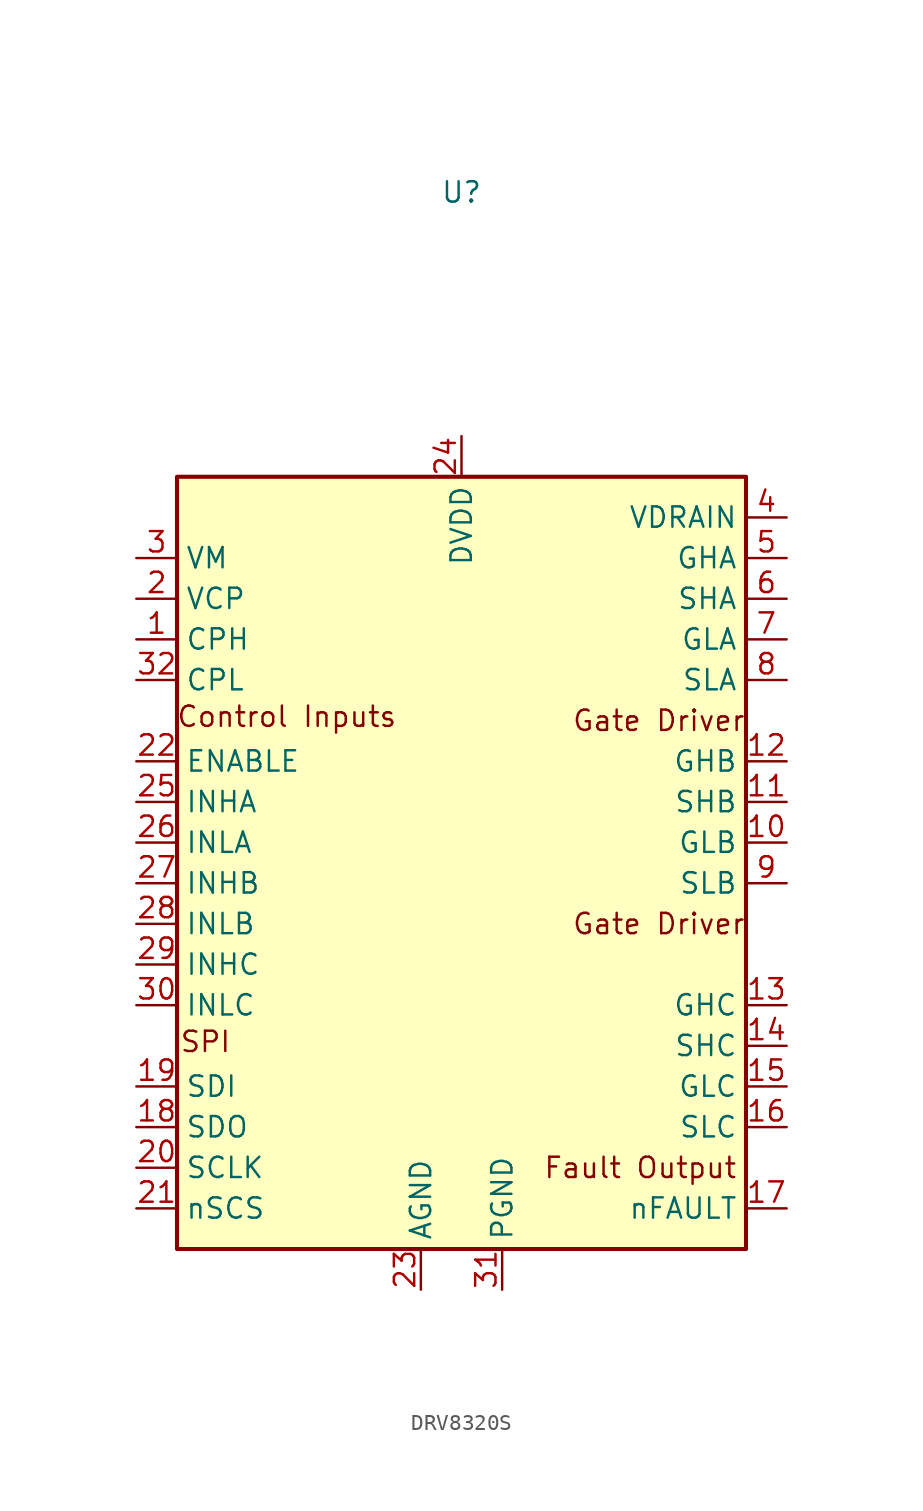
<source format=kicad_sym>
(kicad_symbol_lib
  (version 20231120)
  (generator "kicad_symbol_editor")
  (generator_version "8.0")
  (symbol "DRV8320S"
    (property "Reference" "U"
      (at 0 43.18 0)
      (effects (font (size 1.27 1.27))))
    (property "Value" ""
      (at -20.32 -20.32 0)
      (effects (font (size 1.27 1.27))))
    (symbol "DRV8320S_0_1"
      (rectangle (start -17.78 25.4) (end 17.78 -22.86) (stroke (width 0.254) (type default)) (fill (type background))))
    (symbol "DRV8320S_1_0"
      (text "Control Inputs\n" (at -10.922 10.414 0) (effects (font (size 1.27 1.27))))
      (text "Fault Output\n" (at 11.176 -17.78 0) (effects (font (size 1.27 1.27))))
      (text "Gate Driver" (at 17.78 10.16 0) (effects (font (size 1.27 1.27)) (justify right)))
      (text "Gate Driver\n" (at 17.78 -2.54 0) (effects (font (size 1.27 1.27)) (justify right)))
      (text "SPI\n" (at -16.002 -9.906 0) (effects (font (size 1.27 1.27)))))
    (symbol "DRV8320S_1_1"
      (pin passive line (at -20.32 15.24 0) (length 2.54) (name "CPH" (effects (font (size 1.27 1.27)))) (number "1" (effects (font (size 1.27 1.27)))))
      (pin output line (at 20.32 2.54 180) (length 2.54) (name "GLB" (effects (font (size 1.27 1.27)))) (number "10" (effects (font (size 1.27 1.27)))))
      (pin output line (at 20.32 5.08 180) (length 2.54) (name "SHB" (effects (font (size 1.27 1.27)))) (number "11" (effects (font (size 1.27 1.27)))))
      (pin output line (at 20.32 7.62 180) (length 2.54) (name "GHB" (effects (font (size 1.27 1.27)))) (number "12" (effects (font (size 1.27 1.27)))))
      (pin output line (at 20.32 -7.62 180) (length 2.54) (name "GHC" (effects (font (size 1.27 1.27)))) (number "13" (effects (font (size 1.27 1.27)))))
      (pin output line (at 20.32 -10.16 180) (length 2.54) (name "SHC" (effects (font (size 1.27 1.27)))) (number "14" (effects (font (size 1.27 1.27)))))
      (pin output line (at 20.32 -12.7 180) (length 2.54) (name "GLC" (effects (font (size 1.27 1.27)))) (number "15" (effects (font (size 1.27 1.27)))))
      (pin passive line (at 20.32 -15.24 180) (length 2.54) (name "SLC" (effects (font (size 1.27 1.27)))) (number "16" (effects (font (size 1.27 1.27)))))
      (pin output line (at 20.32 -20.32 180) (length 2.54) (name "nFAULT" (effects (font (size 1.27 1.27)))) (number "17" (effects (font (size 1.27 1.27)))))
      (pin output line (at -20.32 -15.24 0) (length 2.54) (name "SDO" (effects (font (size 1.27 1.27)))) (number "18" (effects (font (size 1.27 1.27)))))
      (pin input line (at -20.32 -12.7 0) (length 2.54) (name "SDI" (effects (font (size 1.27 1.27)))) (number "19" (effects (font (size 1.27 1.27)))))
      (pin passive line (at -20.32 17.78 0) (length 2.54) (name "VCP" (effects (font (size 1.27 1.27)))) (number "2" (effects (font (size 1.27 1.27)))))
      (pin input line (at -20.32 -17.78 0) (length 2.54) (name "SCLK" (effects (font (size 1.27 1.27)))) (number "20" (effects (font (size 1.27 1.27)))))
      (pin input line (at -20.32 -20.32 0) (length 2.54) (name "nSCS" (effects (font (size 1.27 1.27)))) (number "21" (effects (font (size 1.27 1.27)))))
      (pin input line (at -20.32 7.62 0) (length 2.54) (name "ENABLE" (effects (font (size 1.27 1.27)))) (number "22" (effects (font (size 1.27 1.27)))))
      (pin power_in line (at -2.54 -25.4 90) (length 2.54) (name "AGND" (effects (font (size 1.27 1.27)))) (number "23" (effects (font (size 1.27 1.27)))))
      (pin power_out line (at 0 27.94 270) (length 2.54) (name "DVDD" (effects (font (size 1.27 1.27)))) (number "24" (effects (font (size 1.27 1.27)))))
      (pin input line (at -20.32 5.08 0) (length 2.54) (name "INHA" (effects (font (size 1.27 1.27)))) (number "25" (effects (font (size 1.27 1.27)))))
      (pin input line (at -20.32 2.54 0) (length 2.54) (name "INLA" (effects (font (size 1.27 1.27)))) (number "26" (effects (font (size 1.27 1.27)))))
      (pin input line (at -20.32 0 0) (length 2.54) (name "INHB" (effects (font (size 1.27 1.27)))) (number "27" (effects (font (size 1.27 1.27)))))
      (pin input line (at -20.32 -2.54 0) (length 2.54) (name "INLB" (effects (font (size 1.27 1.27)))) (number "28" (effects (font (size 1.27 1.27)))))
      (pin input line (at -20.32 -5.08 0) (length 2.54) (name "INHC" (effects (font (size 1.27 1.27)))) (number "29" (effects (font (size 1.27 1.27)))))
      (pin power_in line (at -20.32 20.32 0) (length 2.54) (name "VM" (effects (font (size 1.27 1.27)))) (number "3" (effects (font (size 1.27 1.27)))))
      (pin input line (at -20.32 -7.62 0) (length 2.54) (name "INLC" (effects (font (size 1.27 1.27)))) (number "30" (effects (font (size 1.27 1.27)))))
      (pin power_in line (at 2.54 -25.4 90) (length 2.54) (name "PGND" (effects (font (size 1.27 1.27)))) (number "31" (effects (font (size 1.27 1.27)))))
      (pin passive line (at -20.32 12.7 0) (length 2.54) (name "CPL" (effects (font (size 1.27 1.27)))) (number "32" (effects (font (size 1.27 1.27)))))
      (pin passive line (at 20.32 22.86 180) (length 2.54) (name "VDRAIN" (effects (font (size 1.27 1.27)))) (number "4" (effects (font (size 1.27 1.27)))))
      (pin output line (at 20.32 20.32 180) (length 2.54) (name "GHA" (effects (font (size 1.27 1.27)))) (number "5" (effects (font (size 1.27 1.27)))))
      (pin output line (at 20.32 17.78 180) (length 2.54) (name "SHA" (effects (font (size 1.27 1.27)))) (number "6" (effects (font (size 1.27 1.27)))))
      (pin output line (at 20.32 15.24 180) (length 2.54) (name "GLA" (effects (font (size 1.27 1.27)))) (number "7" (effects (font (size 1.27 1.27)))))
      (pin passive line (at 20.32 12.7 180) (length 2.54) (name "SLA" (effects (font (size 1.27 1.27)))) (number "8" (effects (font (size 1.27 1.27)))))
      (pin passive line (at 20.32 0 180) (length 2.54) (name "SLB" (effects (font (size 1.27 1.27)))) (number "9" (effects (font (size 1.27 1.27))))))))
</source>
